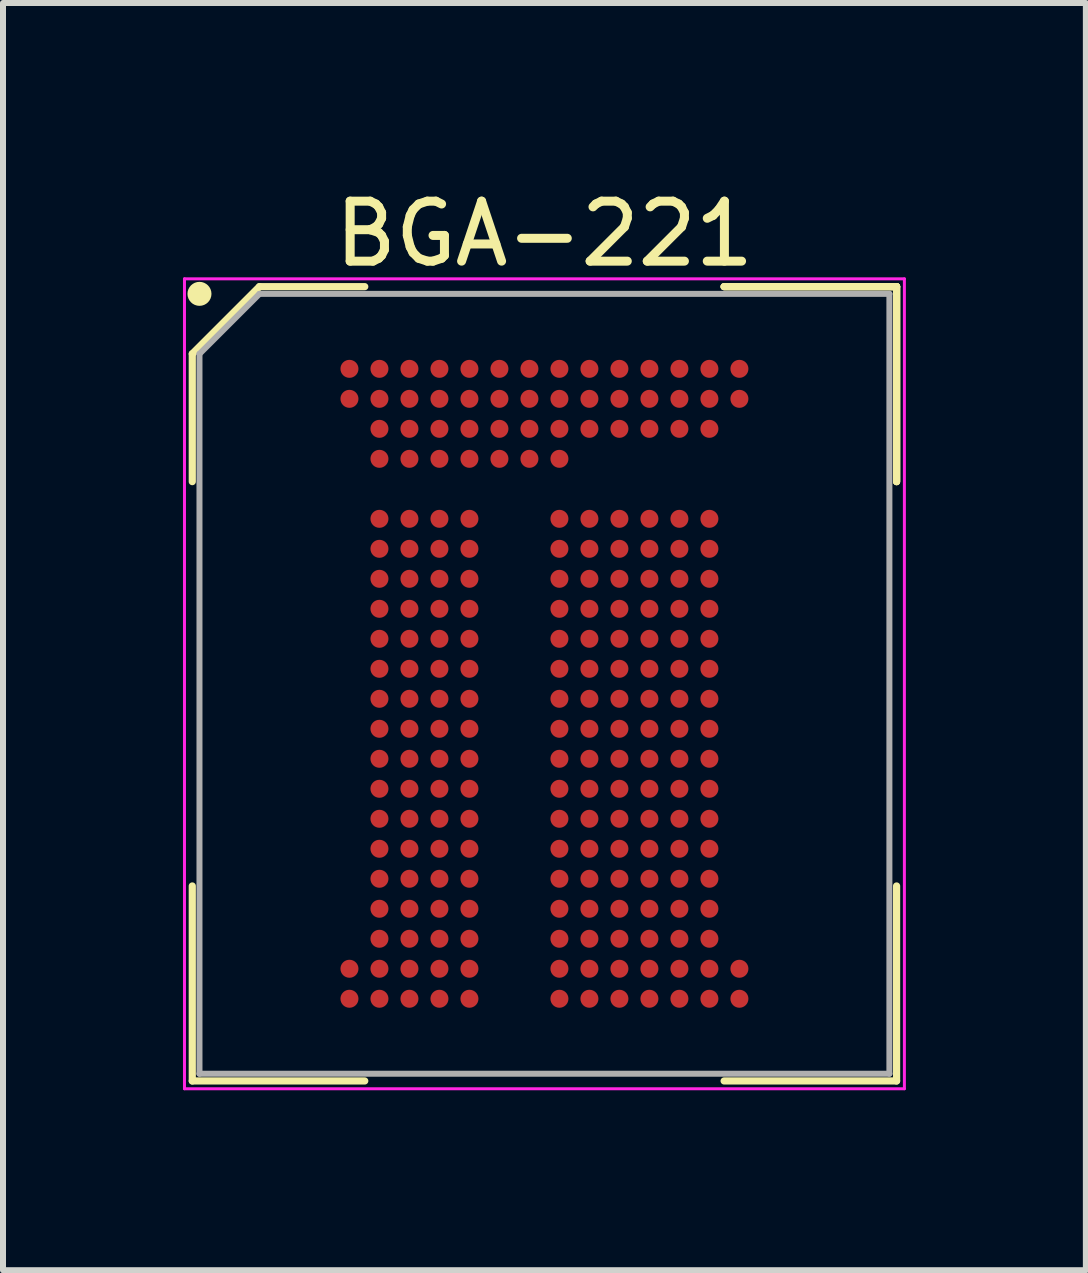
<source format=kicad_pcb>
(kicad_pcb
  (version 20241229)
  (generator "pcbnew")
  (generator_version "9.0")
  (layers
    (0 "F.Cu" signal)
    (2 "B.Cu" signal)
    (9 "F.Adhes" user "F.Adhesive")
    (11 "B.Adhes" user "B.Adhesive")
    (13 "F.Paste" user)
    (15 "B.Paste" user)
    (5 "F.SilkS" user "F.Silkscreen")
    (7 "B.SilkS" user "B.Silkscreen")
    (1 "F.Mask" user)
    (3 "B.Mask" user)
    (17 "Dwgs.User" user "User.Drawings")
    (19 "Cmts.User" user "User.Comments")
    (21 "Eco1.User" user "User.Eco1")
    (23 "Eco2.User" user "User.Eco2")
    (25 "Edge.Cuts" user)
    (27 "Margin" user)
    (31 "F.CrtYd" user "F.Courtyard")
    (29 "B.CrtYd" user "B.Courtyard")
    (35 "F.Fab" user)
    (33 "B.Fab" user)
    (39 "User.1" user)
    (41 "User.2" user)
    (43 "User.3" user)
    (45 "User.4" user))
  (footprint "BGA-221"
    (layer "F.Cu")
    (at 6.025 8.348)
    (property "Reference" "BGA-221" (at 0 -7.5 0) (layer "F.SilkS") (effects (font (size 1 1) (thickness 0.15))))
    (attr smd)
    (fp_line (start -5.87 -5.5) (end -5.87 -3.37) (stroke (width 0.12) (type solid)) (layer "F.SilkS"))
    (fp_line (start -5.87 6.62) (end -5.87 3.37) (stroke (width 0.12) (type solid)) (layer "F.SilkS"))
    (fp_line (start -4.75 -6.62) (end -5.87 -5.5) (stroke (width 0.12) (type solid)) (layer "F.SilkS"))
    (fp_line (start -2.995 -6.62) (end -4.75 -6.62) (stroke (width 0.12) (type solid)) (layer "F.SilkS"))
    (fp_line (start -2.995 6.62) (end -5.87 6.62) (stroke (width 0.12) (type solid)) (layer "F.SilkS"))
    (fp_line (start 2.995 -6.62) (end 5.87 -6.62) (stroke (width 0.12) (type solid)) (layer "F.SilkS"))
    (fp_line (start 2.995 -6.62) (end 5.87 -6.62) (stroke (width 0.12) (type solid)) (layer "F.SilkS"))
    (fp_line (start 2.995 -6.62) (end 5.87 -6.62) (stroke (width 0.12) (type solid)) (layer "F.SilkS"))
    (fp_line (start 2.995 6.62) (end 5.87 6.62) (stroke (width 0.12) (type solid)) (layer "F.SilkS"))
    (fp_line (start 5.87 -6.62) (end 5.87 -3.37) (stroke (width 0.12) (type solid)) (layer "F.SilkS"))
    (fp_line (start 5.87 -6.62) (end 5.87 -3.37) (stroke (width 0.12) (type solid)) (layer "F.SilkS"))
    (fp_line (start 5.87 -6.62) (end 5.87 -3.37) (stroke (width 0.12) (type solid)) (layer "F.SilkS"))
    (fp_line (start 5.87 6.62) (end 5.87 3.37) (stroke (width 0.12) (type solid)) (layer "F.SilkS"))
    (fp_circle (center -5.75 -6.5) (end -5.75 -6.4) (stroke (width 0.2) (type solid)) (fill no) (layer "F.SilkS"))
    (fp_line (start -6 -6.75) (end 6 -6.75) (stroke (width 0.05) (type solid)) (layer "F.CrtYd"))
    (fp_line (start -6 6.75) (end -6 -6.75) (stroke (width 0.05) (type solid)) (layer "F.CrtYd"))
    (fp_line (start 6 -6.75) (end 6 6.75) (stroke (width 0.05) (type solid)) (layer "F.CrtYd"))
    (fp_line (start 6 6.75) (end -6 6.75) (stroke (width 0.05) (type solid)) (layer "F.CrtYd"))
    (fp_line (start -5.75 -5.5) (end -5.75 6.5) (stroke (width 0.1) (type solid)) (layer "F.Fab"))
    (fp_line (start -5.75 6.5) (end 5.75 6.5) (stroke (width 0.1) (type solid)) (layer "F.Fab"))
    (fp_line (start -4.75 -6.5) (end -5.75 -5.5) (stroke (width 0.1) (type solid)) (layer "F.Fab"))
    (fp_line (start 5.75 -6.5) (end -4.75 -6.5) (stroke (width 0.1) (type solid)) (layer "F.Fab"))
    (fp_line (start 5.75 6.5) (end 5.75 -6.5) (stroke (width 0.1) (type solid)) (layer "F.Fab"))
    (pad "A1" smd circle (at -3.25 -5.25) (size 0.3 0.3) (layers "F.Cu" "F.Mask" "F.Paste"))
    (pad "A2" smd circle (at -2.75 -5.25) (size 0.3 0.3) (layers "F.Cu" "F.Mask" "F.Paste"))
    (pad "A3" smd circle (at -2.25 -5.25) (size 0.3 0.3) (layers "F.Cu" "F.Mask" "F.Paste"))
    (pad "A4" smd circle (at -1.75 -5.25) (size 0.3 0.3) (layers "F.Cu" "F.Mask" "F.Paste"))
    (pad "A5" smd circle (at -1.25 -5.25) (size 0.3 0.3) (layers "F.Cu" "F.Mask" "F.Paste"))
    (pad "A6" smd circle (at -0.75 -5.25) (size 0.3 0.3) (layers "F.Cu" "F.Mask" "F.Paste"))
    (pad "A7" smd circle (at -0.25 -5.25) (size 0.3 0.3) (layers "F.Cu" "F.Mask" "F.Paste"))
    (pad "A8" smd circle (at 0.25 -5.25) (size 0.3 0.3) (layers "F.Cu" "F.Mask" "F.Paste"))
    (pad "A9" smd circle (at 0.75 -5.25) (size 0.3 0.3) (layers "F.Cu" "F.Mask" "F.Paste"))
    (pad "A10" smd circle (at 1.25 -5.25) (size 0.3 0.3) (layers "F.Cu" "F.Mask" "F.Paste"))
    (pad "A11" smd circle (at 1.75 -5.25) (size 0.3 0.3) (layers "F.Cu" "F.Mask" "F.Paste"))
    (pad "A12" smd circle (at 2.25 -5.25) (size 0.3 0.3) (layers "F.Cu" "F.Mask" "F.Paste"))
    (pad "A13" smd circle (at 2.75 -5.25) (size 0.3 0.3) (layers "F.Cu" "F.Mask" "F.Paste"))
    (pad "A14" smd circle (at 3.25 -5.25) (size 0.3 0.3) (layers "F.Cu" "F.Mask" "F.Paste"))
    (pad "AA1" smd circle (at -3.25 4.75) (size 0.3 0.3) (layers "F.Cu" "F.Mask" "F.Paste"))
    (pad "AA2" smd circle (at -2.75 4.75) (size 0.3 0.3) (layers "F.Cu" "F.Mask" "F.Paste"))
    (pad "AA3" smd circle (at -2.25 4.75) (size 0.3 0.3) (layers "F.Cu" "F.Mask" "F.Paste"))
    (pad "AA4" smd circle (at -1.75 4.75) (size 0.3 0.3) (layers "F.Cu" "F.Mask" "F.Paste"))
    (pad "AA5" smd circle (at -1.25 4.75) (size 0.3 0.3) (layers "F.Cu" "F.Mask" "F.Paste"))
    (pad "AA8" smd circle (at 0.25 4.75) (size 0.3 0.3) (layers "F.Cu" "F.Mask" "F.Paste"))
    (pad "AA9" smd circle (at 0.75 4.75) (size 0.3 0.3) (layers "F.Cu" "F.Mask" "F.Paste"))
    (pad "AA10" smd circle (at 1.25 4.75) (size 0.3 0.3) (layers "F.Cu" "F.Mask" "F.Paste"))
    (pad "AA11" smd circle (at 1.75 4.75) (size 0.3 0.3) (layers "F.Cu" "F.Mask" "F.Paste"))
    (pad "AA12" smd circle (at 2.25 4.75) (size 0.3 0.3) (layers "F.Cu" "F.Mask" "F.Paste"))
    (pad "AA13" smd circle (at 2.75 4.75) (size 0.3 0.3) (layers "F.Cu" "F.Mask" "F.Paste"))
    (pad "AA14" smd circle (at 3.25 4.75) (size 0.3 0.3) (layers "F.Cu" "F.Mask" "F.Paste"))
    (pad "AB1" smd circle (at -3.25 5.25) (size 0.3 0.3) (layers "F.Cu" "F.Mask" "F.Paste"))
    (pad "AB2" smd circle (at -2.75 5.25) (size 0.3 0.3) (layers "F.Cu" "F.Mask" "F.Paste"))
    (pad "AB3" smd circle (at -2.25 5.25) (size 0.3 0.3) (layers "F.Cu" "F.Mask" "F.Paste"))
    (pad "AB4" smd circle (at -1.75 5.25) (size 0.3 0.3) (layers "F.Cu" "F.Mask" "F.Paste"))
    (pad "AB5" smd circle (at -1.25 5.25) (size 0.3 0.3) (layers "F.Cu" "F.Mask" "F.Paste"))
    (pad "AB8" smd circle (at 0.25 5.25) (size 0.3 0.3) (layers "F.Cu" "F.Mask" "F.Paste"))
    (pad "AB9" smd circle (at 0.75 5.25) (size 0.3 0.3) (layers "F.Cu" "F.Mask" "F.Paste"))
    (pad "AB10" smd circle (at 1.25 5.25) (size 0.3 0.3) (layers "F.Cu" "F.Mask" "F.Paste"))
    (pad "AB11" smd circle (at 1.75 5.25) (size 0.3 0.3) (layers "F.Cu" "F.Mask" "F.Paste"))
    (pad "AB12" smd circle (at 2.25 5.25) (size 0.3 0.3) (layers "F.Cu" "F.Mask" "F.Paste"))
    (pad "AB13" smd circle (at 2.75 5.25) (size 0.3 0.3) (layers "F.Cu" "F.Mask" "F.Paste"))
    (pad "AB14" smd circle (at 3.25 5.25) (size 0.3 0.3) (layers "F.Cu" "F.Mask" "F.Paste"))
    (pad "B1" smd circle (at -3.25 -4.75) (size 0.3 0.3) (layers "F.Cu" "F.Mask" "F.Paste"))
    (pad "B2" smd circle (at -2.75 -4.75) (size 0.3 0.3) (layers "F.Cu" "F.Mask" "F.Paste"))
    (pad "B3" smd circle (at -2.25 -4.75) (size 0.3 0.3) (layers "F.Cu" "F.Mask" "F.Paste"))
    (pad "B4" smd circle (at -1.75 -4.75) (size 0.3 0.3) (layers "F.Cu" "F.Mask" "F.Paste"))
    (pad "B5" smd circle (at -1.25 -4.75) (size 0.3 0.3) (layers "F.Cu" "F.Mask" "F.Paste"))
    (pad "B6" smd circle (at -0.75 -4.75) (size 0.3 0.3) (layers "F.Cu" "F.Mask" "F.Paste"))
    (pad "B7" smd circle (at -0.25 -4.75) (size 0.3 0.3) (layers "F.Cu" "F.Mask" "F.Paste"))
    (pad "B8" smd circle (at 0.25 -4.75) (size 0.3 0.3) (layers "F.Cu" "F.Mask" "F.Paste"))
    (pad "B9" smd circle (at 0.75 -4.75) (size 0.3 0.3) (layers "F.Cu" "F.Mask" "F.Paste"))
    (pad "B10" smd circle (at 1.25 -4.75) (size 0.3 0.3) (layers "F.Cu" "F.Mask" "F.Paste"))
    (pad "B11" smd circle (at 1.75 -4.75) (size 0.3 0.3) (layers "F.Cu" "F.Mask" "F.Paste"))
    (pad "B12" smd circle (at 2.25 -4.75) (size 0.3 0.3) (layers "F.Cu" "F.Mask" "F.Paste"))
    (pad "B13" smd circle (at 2.75 -4.75) (size 0.3 0.3) (layers "F.Cu" "F.Mask" "F.Paste"))
    (pad "B14" smd circle (at 3.25 -4.75) (size 0.3 0.3) (layers "F.Cu" "F.Mask" "F.Paste"))
    (pad "C2" smd circle (at -2.75 -4.25) (size 0.3 0.3) (layers "F.Cu" "F.Mask" "F.Paste"))
    (pad "C3" smd circle (at -2.25 -4.25) (size 0.3 0.3) (layers "F.Cu" "F.Mask" "F.Paste"))
    (pad "C4" smd circle (at -1.75 -4.25) (size 0.3 0.3) (layers "F.Cu" "F.Mask" "F.Paste"))
    (pad "C5" smd circle (at -1.25 -4.25) (size 0.3 0.3) (layers "F.Cu" "F.Mask" "F.Paste"))
    (pad "C6" smd circle (at -0.75 -4.25) (size 0.3 0.3) (layers "F.Cu" "F.Mask" "F.Paste"))
    (pad "C7" smd circle (at -0.25 -4.25) (size 0.3 0.3) (layers "F.Cu" "F.Mask" "F.Paste"))
    (pad "C8" smd circle (at 0.25 -4.25) (size 0.3 0.3) (layers "F.Cu" "F.Mask" "F.Paste"))
    (pad "C9" smd circle (at 0.75 -4.25) (size 0.3 0.3) (layers "F.Cu" "F.Mask" "F.Paste"))
    (pad "C10" smd circle (at 1.25 -4.25) (size 0.3 0.3) (layers "F.Cu" "F.Mask" "F.Paste"))
    (pad "C11" smd circle (at 1.75 -4.25) (size 0.3 0.3) (layers "F.Cu" "F.Mask" "F.Paste"))
    (pad "C12" smd circle (at 2.25 -4.25) (size 0.3 0.3) (layers "F.Cu" "F.Mask" "F.Paste"))
    (pad "C13" smd circle (at 2.75 -4.25) (size 0.3 0.3) (layers "F.Cu" "F.Mask" "F.Paste"))
    (pad "D2" smd circle (at -2.75 -3.75) (size 0.3 0.3) (layers "F.Cu" "F.Mask" "F.Paste"))
    (pad "D3" smd circle (at -2.25 -3.75) (size 0.3 0.3) (layers "F.Cu" "F.Mask" "F.Paste"))
    (pad "D4" smd circle (at -1.75 -3.75) (size 0.3 0.3) (layers "F.Cu" "F.Mask" "F.Paste"))
    (pad "D5" smd circle (at -1.25 -3.75) (size 0.3 0.3) (layers "F.Cu" "F.Mask" "F.Paste"))
    (pad "D6" smd circle (at -0.75 -3.75) (size 0.3 0.3) (layers "F.Cu" "F.Mask" "F.Paste"))
    (pad "D7" smd circle (at -0.25 -3.75) (size 0.3 0.3) (layers "F.Cu" "F.Mask" "F.Paste"))
    (pad "D8" smd circle (at 0.25 -3.75) (size 0.3 0.3) (layers "F.Cu" "F.Mask" "F.Paste"))
    (pad "F2" smd circle (at -2.75 -2.75) (size 0.3 0.3) (layers "F.Cu" "F.Mask" "F.Paste"))
    (pad "F3" smd circle (at -2.25 -2.75) (size 0.3 0.3) (layers "F.Cu" "F.Mask" "F.Paste"))
    (pad "F4" smd circle (at -1.75 -2.75) (size 0.3 0.3) (layers "F.Cu" "F.Mask" "F.Paste"))
    (pad "F5" smd circle (at -1.25 -2.75) (size 0.3 0.3) (layers "F.Cu" "F.Mask" "F.Paste"))
    (pad "F8" smd circle (at 0.25 -2.75) (size 0.3 0.3) (layers "F.Cu" "F.Mask" "F.Paste"))
    (pad "F9" smd circle (at 0.75 -2.75) (size 0.3 0.3) (layers "F.Cu" "F.Mask" "F.Paste"))
    (pad "F10" smd circle (at 1.25 -2.75) (size 0.3 0.3) (layers "F.Cu" "F.Mask" "F.Paste"))
    (pad "F11" smd circle (at 1.75 -2.75) (size 0.3 0.3) (layers "F.Cu" "F.Mask" "F.Paste"))
    (pad "F12" smd circle (at 2.25 -2.75) (size 0.3 0.3) (layers "F.Cu" "F.Mask" "F.Paste"))
    (pad "F13" smd circle (at 2.75 -2.75) (size 0.3 0.3) (layers "F.Cu" "F.Mask" "F.Paste"))
    (pad "G2" smd circle (at -2.75 -2.25) (size 0.3 0.3) (layers "F.Cu" "F.Mask" "F.Paste"))
    (pad "G3" smd circle (at -2.25 -2.25) (size 0.3 0.3) (layers "F.Cu" "F.Mask" "F.Paste"))
    (pad "G4" smd circle (at -1.75 -2.25) (size 0.3 0.3) (layers "F.Cu" "F.Mask" "F.Paste"))
    (pad "G5" smd circle (at -1.25 -2.25) (size 0.3 0.3) (layers "F.Cu" "F.Mask" "F.Paste"))
    (pad "G8" smd circle (at 0.25 -2.25) (size 0.3 0.3) (layers "F.Cu" "F.Mask" "F.Paste"))
    (pad "G9" smd circle (at 0.75 -2.25) (size 0.3 0.3) (layers "F.Cu" "F.Mask" "F.Paste"))
    (pad "G10" smd circle (at 1.25 -2.25) (size 0.3 0.3) (layers "F.Cu" "F.Mask" "F.Paste"))
    (pad "G11" smd circle (at 1.75 -2.25) (size 0.3 0.3) (layers "F.Cu" "F.Mask" "F.Paste"))
    (pad "G12" smd circle (at 2.25 -2.25) (size 0.3 0.3) (layers "F.Cu" "F.Mask" "F.Paste"))
    (pad "G13" smd circle (at 2.75 -2.25) (size 0.3 0.3) (layers "F.Cu" "F.Mask" "F.Paste"))
    (pad "H2" smd circle (at -2.75 -1.75) (size 0.3 0.3) (layers "F.Cu" "F.Mask" "F.Paste"))
    (pad "H3" smd circle (at -2.25 -1.75) (size 0.3 0.3) (layers "F.Cu" "F.Mask" "F.Paste"))
    (pad "H4" smd circle (at -1.75 -1.75) (size 0.3 0.3) (layers "F.Cu" "F.Mask" "F.Paste"))
    (pad "H5" smd circle (at -1.25 -1.75) (size 0.3 0.3) (layers "F.Cu" "F.Mask" "F.Paste"))
    (pad "H8" smd circle (at 0.25 -1.75) (size 0.3 0.3) (layers "F.Cu" "F.Mask" "F.Paste"))
    (pad "H9" smd circle (at 0.75 -1.75) (size 0.3 0.3) (layers "F.Cu" "F.Mask" "F.Paste"))
    (pad "H10" smd circle (at 1.25 -1.75) (size 0.3 0.3) (layers "F.Cu" "F.Mask" "F.Paste"))
    (pad "H11" smd circle (at 1.75 -1.75) (size 0.3 0.3) (layers "F.Cu" "F.Mask" "F.Paste"))
    (pad "H12" smd circle (at 2.25 -1.75) (size 0.3 0.3) (layers "F.Cu" "F.Mask" "F.Paste"))
    (pad "H13" smd circle (at 2.75 -1.75) (size 0.3 0.3) (layers "F.Cu" "F.Mask" "F.Paste"))
    (pad "J2" smd circle (at -2.75 -1.25) (size 0.3 0.3) (layers "F.Cu" "F.Mask" "F.Paste"))
    (pad "J3" smd circle (at -2.25 -1.25) (size 0.3 0.3) (layers "F.Cu" "F.Mask" "F.Paste"))
    (pad "J4" smd circle (at -1.75 -1.25) (size 0.3 0.3) (layers "F.Cu" "F.Mask" "F.Paste"))
    (pad "J5" smd circle (at -1.25 -1.25) (size 0.3 0.3) (layers "F.Cu" "F.Mask" "F.Paste"))
    (pad "J8" smd circle (at 0.25 -1.25) (size 0.3 0.3) (layers "F.Cu" "F.Mask" "F.Paste"))
    (pad "J9" smd circle (at 0.75 -1.25) (size 0.3 0.3) (layers "F.Cu" "F.Mask" "F.Paste"))
    (pad "J10" smd circle (at 1.25 -1.25) (size 0.3 0.3) (layers "F.Cu" "F.Mask" "F.Paste"))
    (pad "J11" smd circle (at 1.75 -1.25) (size 0.3 0.3) (layers "F.Cu" "F.Mask" "F.Paste"))
    (pad "J12" smd circle (at 2.25 -1.25) (size 0.3 0.3) (layers "F.Cu" "F.Mask" "F.Paste"))
    (pad "J13" smd circle (at 2.75 -1.25) (size 0.3 0.3) (layers "F.Cu" "F.Mask" "F.Paste"))
    (pad "K2" smd circle (at -2.75 -0.75) (size 0.3 0.3) (layers "F.Cu" "F.Mask" "F.Paste"))
    (pad "K3" smd circle (at -2.25 -0.75) (size 0.3 0.3) (layers "F.Cu" "F.Mask" "F.Paste"))
    (pad "K4" smd circle (at -1.75 -0.75) (size 0.3 0.3) (layers "F.Cu" "F.Mask" "F.Paste"))
    (pad "K5" smd circle (at -1.25 -0.75) (size 0.3 0.3) (layers "F.Cu" "F.Mask" "F.Paste"))
    (pad "K8" smd circle (at 0.25 -0.75) (size 0.3 0.3) (layers "F.Cu" "F.Mask" "F.Paste"))
    (pad "K9" smd circle (at 0.75 -0.75) (size 0.3 0.3) (layers "F.Cu" "F.Mask" "F.Paste"))
    (pad "K10" smd circle (at 1.25 -0.75) (size 0.3 0.3) (layers "F.Cu" "F.Mask" "F.Paste"))
    (pad "K11" smd circle (at 1.75 -0.75) (size 0.3 0.3) (layers "F.Cu" "F.Mask" "F.Paste"))
    (pad "K12" smd circle (at 2.25 -0.75) (size 0.3 0.3) (layers "F.Cu" "F.Mask" "F.Paste"))
    (pad "K13" smd circle (at 2.75 -0.75) (size 0.3 0.3) (layers "F.Cu" "F.Mask" "F.Paste"))
    (pad "L2" smd circle (at -2.75 -0.25) (size 0.3 0.3) (layers "F.Cu" "F.Mask" "F.Paste"))
    (pad "L3" smd circle (at -2.25 -0.25) (size 0.3 0.3) (layers "F.Cu" "F.Mask" "F.Paste"))
    (pad "L4" smd circle (at -1.75 -0.25) (size 0.3 0.3) (layers "F.Cu" "F.Mask" "F.Paste"))
    (pad "L5" smd circle (at -1.25 -0.25) (size 0.3 0.3) (layers "F.Cu" "F.Mask" "F.Paste"))
    (pad "L8" smd circle (at 0.25 -0.25) (size 0.3 0.3) (layers "F.Cu" "F.Mask" "F.Paste"))
    (pad "L9" smd circle (at 0.75 -0.25) (size 0.3 0.3) (layers "F.Cu" "F.Mask" "F.Paste"))
    (pad "L10" smd circle (at 1.25 -0.25) (size 0.3 0.3) (layers "F.Cu" "F.Mask" "F.Paste"))
    (pad "L11" smd circle (at 1.75 -0.25) (size 0.3 0.3) (layers "F.Cu" "F.Mask" "F.Paste"))
    (pad "L12" smd circle (at 2.25 -0.25) (size 0.3 0.3) (layers "F.Cu" "F.Mask" "F.Paste"))
    (pad "L13" smd circle (at 2.75 -0.25) (size 0.3 0.3) (layers "F.Cu" "F.Mask" "F.Paste"))
    (pad "M2" smd circle (at -2.75 0.25) (size 0.3 0.3) (layers "F.Cu" "F.Mask" "F.Paste"))
    (pad "M3" smd circle (at -2.25 0.25) (size 0.3 0.3) (layers "F.Cu" "F.Mask" "F.Paste"))
    (pad "M4" smd circle (at -1.75 0.25) (size 0.3 0.3) (layers "F.Cu" "F.Mask" "F.Paste"))
    (pad "M5" smd circle (at -1.25 0.25) (size 0.3 0.3) (layers "F.Cu" "F.Mask" "F.Paste"))
    (pad "M8" smd circle (at 0.25 0.25) (size 0.3 0.3) (layers "F.Cu" "F.Mask" "F.Paste"))
    (pad "M9" smd circle (at 0.75 0.25) (size 0.3 0.3) (layers "F.Cu" "F.Mask" "F.Paste"))
    (pad "M10" smd circle (at 1.25 0.25) (size 0.3 0.3) (layers "F.Cu" "F.Mask" "F.Paste"))
    (pad "M11" smd circle (at 1.75 0.25) (size 0.3 0.3) (layers "F.Cu" "F.Mask" "F.Paste"))
    (pad "M12" smd circle (at 2.25 0.25) (size 0.3 0.3) (layers "F.Cu" "F.Mask" "F.Paste"))
    (pad "M13" smd circle (at 2.75 0.25) (size 0.3 0.3) (layers "F.Cu" "F.Mask" "F.Paste"))
    (pad "N2" smd circle (at -2.75 0.75) (size 0.3 0.3) (layers "F.Cu" "F.Mask" "F.Paste"))
    (pad "N3" smd circle (at -2.25 0.75) (size 0.3 0.3) (layers "F.Cu" "F.Mask" "F.Paste"))
    (pad "N4" smd circle (at -1.75 0.75) (size 0.3 0.3) (layers "F.Cu" "F.Mask" "F.Paste"))
    (pad "N5" smd circle (at -1.25 0.75) (size 0.3 0.3) (layers "F.Cu" "F.Mask" "F.Paste"))
    (pad "N8" smd circle (at 0.25 0.75) (size 0.3 0.3) (layers "F.Cu" "F.Mask" "F.Paste"))
    (pad "N9" smd circle (at 0.75 0.75) (size 0.3 0.3) (layers "F.Cu" "F.Mask" "F.Paste"))
    (pad "N10" smd circle (at 1.25 0.75) (size 0.3 0.3) (layers "F.Cu" "F.Mask" "F.Paste"))
    (pad "N11" smd circle (at 1.75 0.75) (size 0.3 0.3) (layers "F.Cu" "F.Mask" "F.Paste"))
    (pad "N12" smd circle (at 2.25 0.75) (size 0.3 0.3) (layers "F.Cu" "F.Mask" "F.Paste"))
    (pad "N13" smd circle (at 2.75 0.75) (size 0.3 0.3) (layers "F.Cu" "F.Mask" "F.Paste"))
    (pad "P2" smd circle (at -2.75 1.25) (size 0.3 0.3) (layers "F.Cu" "F.Mask" "F.Paste"))
    (pad "P3" smd circle (at -2.25 1.25) (size 0.3 0.3) (layers "F.Cu" "F.Mask" "F.Paste"))
    (pad "P4" smd circle (at -1.75 1.25) (size 0.3 0.3) (layers "F.Cu" "F.Mask" "F.Paste"))
    (pad "P5" smd circle (at -1.25 1.25) (size 0.3 0.3) (layers "F.Cu" "F.Mask" "F.Paste"))
    (pad "P8" smd circle (at 0.25 1.25) (size 0.3 0.3) (layers "F.Cu" "F.Mask" "F.Paste"))
    (pad "P9" smd circle (at 0.75 1.25) (size 0.3 0.3) (layers "F.Cu" "F.Mask" "F.Paste"))
    (pad "P10" smd circle (at 1.25 1.25) (size 0.3 0.3) (layers "F.Cu" "F.Mask" "F.Paste"))
    (pad "P11" smd circle (at 1.75 1.25) (size 0.3 0.3) (layers "F.Cu" "F.Mask" "F.Paste"))
    (pad "P12" smd circle (at 2.25 1.25) (size 0.3 0.3) (layers "F.Cu" "F.Mask" "F.Paste"))
    (pad "P13" smd circle (at 2.75 1.25) (size 0.3 0.3) (layers "F.Cu" "F.Mask" "F.Paste"))
    (pad "R2" smd circle (at -2.75 1.75) (size 0.3 0.3) (layers "F.Cu" "F.Mask" "F.Paste"))
    (pad "R3" smd circle (at -2.25 1.75) (size 0.3 0.3) (layers "F.Cu" "F.Mask" "F.Paste"))
    (pad "R4" smd circle (at -1.75 1.75) (size 0.3 0.3) (layers "F.Cu" "F.Mask" "F.Paste"))
    (pad "R5" smd circle (at -1.25 1.75) (size 0.3 0.3) (layers "F.Cu" "F.Mask" "F.Paste"))
    (pad "R8" smd circle (at 0.25 1.75) (size 0.3 0.3) (layers "F.Cu" "F.Mask" "F.Paste"))
    (pad "R9" smd circle (at 0.75 1.75) (size 0.3 0.3) (layers "F.Cu" "F.Mask" "F.Paste"))
    (pad "R10" smd circle (at 1.25 1.75) (size 0.3 0.3) (layers "F.Cu" "F.Mask" "F.Paste"))
    (pad "R11" smd circle (at 1.75 1.75) (size 0.3 0.3) (layers "F.Cu" "F.Mask" "F.Paste"))
    (pad "R12" smd circle (at 2.25 1.75) (size 0.3 0.3) (layers "F.Cu" "F.Mask" "F.Paste"))
    (pad "R13" smd circle (at 2.75 1.75) (size 0.3 0.3) (layers "F.Cu" "F.Mask" "F.Paste"))
    (pad "T2" smd circle (at -2.75 2.25) (size 0.3 0.3) (layers "F.Cu" "F.Mask" "F.Paste"))
    (pad "T3" smd circle (at -2.25 2.25) (size 0.3 0.3) (layers "F.Cu" "F.Mask" "F.Paste"))
    (pad "T4" smd circle (at -1.75 2.25) (size 0.3 0.3) (layers "F.Cu" "F.Mask" "F.Paste"))
    (pad "T5" smd circle (at -1.25 2.25) (size 0.3 0.3) (layers "F.Cu" "F.Mask" "F.Paste"))
    (pad "T8" smd circle (at 0.25 2.25) (size 0.3 0.3) (layers "F.Cu" "F.Mask" "F.Paste"))
    (pad "T9" smd circle (at 0.75 2.25) (size 0.3 0.3) (layers "F.Cu" "F.Mask" "F.Paste"))
    (pad "T10" smd circle (at 1.25 2.25) (size 0.3 0.3) (layers "F.Cu" "F.Mask" "F.Paste"))
    (pad "T11" smd circle (at 1.75 2.25) (size 0.3 0.3) (layers "F.Cu" "F.Mask" "F.Paste"))
    (pad "T12" smd circle (at 2.25 2.25) (size 0.3 0.3) (layers "F.Cu" "F.Mask" "F.Paste"))
    (pad "T13" smd circle (at 2.75 2.25) (size 0.3 0.3) (layers "F.Cu" "F.Mask" "F.Paste"))
    (pad "U2" smd circle (at -2.75 2.75) (size 0.3 0.3) (layers "F.Cu" "F.Mask" "F.Paste"))
    (pad "U3" smd circle (at -2.25 2.75) (size 0.3 0.3) (layers "F.Cu" "F.Mask" "F.Paste"))
    (pad "U4" smd circle (at -1.75 2.75) (size 0.3 0.3) (layers "F.Cu" "F.Mask" "F.Paste"))
    (pad "U5" smd circle (at -1.25 2.75) (size 0.3 0.3) (layers "F.Cu" "F.Mask" "F.Paste"))
    (pad "U8" smd circle (at 0.25 2.75) (size 0.3 0.3) (layers "F.Cu" "F.Mask" "F.Paste"))
    (pad "U9" smd circle (at 0.75 2.75) (size 0.3 0.3) (layers "F.Cu" "F.Mask" "F.Paste"))
    (pad "U10" smd circle (at 1.25 2.75) (size 0.3 0.3) (layers "F.Cu" "F.Mask" "F.Paste"))
    (pad "U11" smd circle (at 1.75 2.75) (size 0.3 0.3) (layers "F.Cu" "F.Mask" "F.Paste"))
    (pad "U12" smd circle (at 2.25 2.75) (size 0.3 0.3) (layers "F.Cu" "F.Mask" "F.Paste"))
    (pad "U13" smd circle (at 2.75 2.75) (size 0.3 0.3) (layers "F.Cu" "F.Mask" "F.Paste"))
    (pad "V2" smd circle (at -2.75 3.25) (size 0.3 0.3) (layers "F.Cu" "F.Mask" "F.Paste"))
    (pad "V3" smd circle (at -2.25 3.25) (size 0.3 0.3) (layers "F.Cu" "F.Mask" "F.Paste"))
    (pad "V4" smd circle (at -1.75 3.25) (size 0.3 0.3) (layers "F.Cu" "F.Mask" "F.Paste"))
    (pad "V5" smd circle (at -1.25 3.25) (size 0.3 0.3) (layers "F.Cu" "F.Mask" "F.Paste"))
    (pad "V8" smd circle (at 0.25 3.25) (size 0.3 0.3) (layers "F.Cu" "F.Mask" "F.Paste"))
    (pad "V9" smd circle (at 0.75 3.25) (size 0.3 0.3) (layers "F.Cu" "F.Mask" "F.Paste"))
    (pad "V10" smd circle (at 1.25 3.25) (size 0.3 0.3) (layers "F.Cu" "F.Mask" "F.Paste"))
    (pad "V11" smd circle (at 1.75 3.25) (size 0.3 0.3) (layers "F.Cu" "F.Mask" "F.Paste"))
    (pad "V12" smd circle (at 2.25 3.25) (size 0.3 0.3) (layers "F.Cu" "F.Mask" "F.Paste"))
    (pad "V13" smd circle (at 2.75 3.25) (size 0.3 0.3) (layers "F.Cu" "F.Mask" "F.Paste"))
    (pad "W2" smd circle (at -2.75 3.75) (size 0.3 0.3) (layers "F.Cu" "F.Mask" "F.Paste"))
    (pad "W3" smd circle (at -2.25 3.75) (size 0.3 0.3) (layers "F.Cu" "F.Mask" "F.Paste"))
    (pad "W4" smd circle (at -1.75 3.75) (size 0.3 0.3) (layers "F.Cu" "F.Mask" "F.Paste"))
    (pad "W5" smd circle (at -1.25 3.75) (size 0.3 0.3) (layers "F.Cu" "F.Mask" "F.Paste"))
    (pad "W8" smd circle (at 0.25 3.75) (size 0.3 0.3) (layers "F.Cu" "F.Mask" "F.Paste"))
    (pad "W9" smd circle (at 0.75 3.75) (size 0.3 0.3) (layers "F.Cu" "F.Mask" "F.Paste"))
    (pad "W10" smd circle (at 1.25 3.75) (size 0.3 0.3) (layers "F.Cu" "F.Mask" "F.Paste"))
    (pad "W11" smd circle (at 1.75 3.75) (size 0.3 0.3) (layers "F.Cu" "F.Mask" "F.Paste"))
    (pad "W12" smd circle (at 2.25 3.75) (size 0.3 0.3) (layers "F.Cu" "F.Mask" "F.Paste"))
    (pad "W13" smd circle (at 2.75 3.75) (size 0.3 0.3) (layers "F.Cu" "F.Mask" "F.Paste"))
    (pad "Y2" smd circle (at -2.75 4.25) (size 0.3 0.3) (layers "F.Cu" "F.Mask" "F.Paste"))
    (pad "Y3" smd circle (at -2.25 4.25) (size 0.3 0.3) (layers "F.Cu" "F.Mask" "F.Paste"))
    (pad "Y4" smd circle (at -1.75 4.25) (size 0.3 0.3) (layers "F.Cu" "F.Mask" "F.Paste"))
    (pad "Y5" smd circle (at -1.25 4.25) (size 0.3 0.3) (layers "F.Cu" "F.Mask" "F.Paste"))
    (pad "Y8" smd circle (at 0.25 4.25) (size 0.3 0.3) (layers "F.Cu" "F.Mask" "F.Paste"))
    (pad "Y9" smd circle (at 0.75 4.25) (size 0.3 0.3) (layers "F.Cu" "F.Mask" "F.Paste"))
    (pad "Y10" smd circle (at 1.25 4.25) (size 0.3 0.3) (layers "F.Cu" "F.Mask" "F.Paste"))
    (pad "Y11" smd circle (at 1.75 4.25) (size 0.3 0.3) (layers "F.Cu" "F.Mask" "F.Paste"))
    (pad "Y12" smd circle (at 2.25 4.25) (size 0.3 0.3) (layers "F.Cu" "F.Mask" "F.Paste"))
    (pad "Y13" smd circle (at 2.75 4.25) (size 0.3 0.3) (layers "F.Cu" "F.Mask" "F.Paste")))
  (gr_rect
    (start -3 -3)
    (end 15.05 18.123)
    (stroke (width 0.1) (type default))
    (fill no)
    (layer "Edge.Cuts")))
</source>
